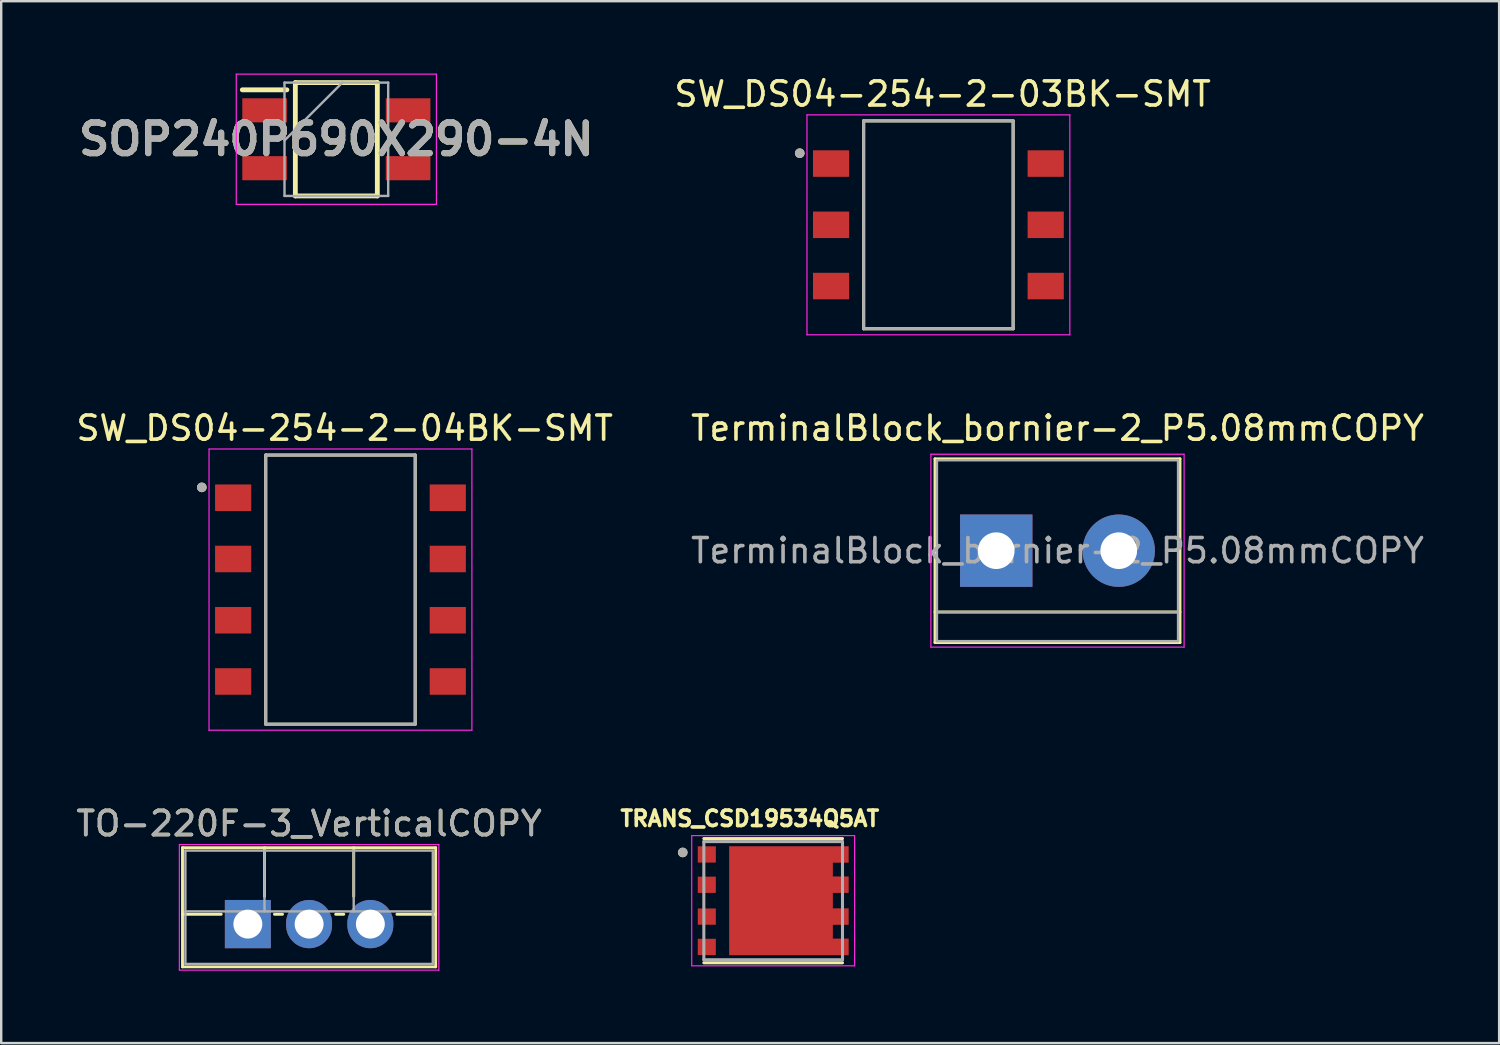
<source format=kicad_pcb>
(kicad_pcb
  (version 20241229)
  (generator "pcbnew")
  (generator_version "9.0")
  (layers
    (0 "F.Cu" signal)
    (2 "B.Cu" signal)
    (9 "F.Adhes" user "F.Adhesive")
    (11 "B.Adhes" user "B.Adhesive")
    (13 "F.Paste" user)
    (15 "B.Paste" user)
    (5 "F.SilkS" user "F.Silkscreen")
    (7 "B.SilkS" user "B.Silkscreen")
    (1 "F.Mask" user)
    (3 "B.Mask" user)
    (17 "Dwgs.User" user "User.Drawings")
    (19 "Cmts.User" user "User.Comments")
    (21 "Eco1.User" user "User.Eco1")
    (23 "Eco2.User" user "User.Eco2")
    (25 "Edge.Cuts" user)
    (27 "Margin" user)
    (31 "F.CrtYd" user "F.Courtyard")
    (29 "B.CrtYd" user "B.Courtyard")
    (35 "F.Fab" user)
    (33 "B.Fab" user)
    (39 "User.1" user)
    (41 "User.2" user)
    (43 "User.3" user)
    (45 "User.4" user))
  (footprint "SW_DS04-254-2-04BK-SMT"
    (layer "F.Cu")
    (at 11.069 21.401)
    (property "Reference" "SW_DS04-254-2-04BK-SMT" (at 0.175 -6.695 0) (layer "F.SilkS") (effects (font (size 1 1) (thickness 0.15))))
    (attr through_hole)
    (fp_line (start -3.1 -5.58) (end 3.1 -5.58) (stroke (width 0.127) (type solid)) (layer "F.SilkS"))
    (fp_line (start -3.1 5.58) (end -3.1 -5.58) (stroke (width 0.127) (type solid)) (layer "F.SilkS"))
    (fp_line (start 3.1 -5.58) (end 3.1 5.58) (stroke (width 0.127) (type solid)) (layer "F.SilkS"))
    (fp_line (start 3.1 5.58) (end -3.1 5.58) (stroke (width 0.127) (type solid)) (layer "F.SilkS"))
    (fp_circle (center -5.75 -4.24) (end -5.65 -4.24) (stroke (width 0.2) (type solid)) (fill no) (layer "F.SilkS"))
    (fp_line (start -5.45 -5.83) (end -5.45 5.83) (stroke (width 0.05) (type solid)) (layer "F.CrtYd"))
    (fp_line (start -5.45 5.83) (end 5.45 5.83) (stroke (width 0.05) (type solid)) (layer "F.CrtYd"))
    (fp_line (start 5.45 -5.83) (end -5.45 -5.83) (stroke (width 0.05) (type solid)) (layer "F.CrtYd"))
    (fp_line (start 5.45 5.83) (end 5.45 -5.83) (stroke (width 0.05) (type solid)) (layer "F.CrtYd"))
    (fp_line (start -3.1 -5.58) (end 3.1 -5.58) (stroke (width 0.127) (type solid)) (layer "F.Fab"))
    (fp_line (start -3.1 5.58) (end -3.1 -5.58) (stroke (width 0.127) (type solid)) (layer "F.Fab"))
    (fp_line (start 3.1 -5.58) (end 3.1 5.58) (stroke (width 0.127) (type solid)) (layer "F.Fab"))
    (fp_line (start 3.1 5.58) (end -3.1 5.58) (stroke (width 0.127) (type solid)) (layer "F.Fab"))
    (fp_circle (center -5.75 -4.24) (end -5.65 -4.24) (stroke (width 0.2) (type solid)) (fill no) (layer "F.Fab"))
    (pad "1A" smd rect (at -4.45 -3.81) (size 1.5 1.1) (layers "F.Cu" "F.Mask" "F.Paste"))
    (pad "1B" smd rect (at 4.45 -3.81) (size 1.5 1.1) (layers "F.Cu" "F.Mask" "F.Paste"))
    (pad "2A" smd rect (at -4.45 -1.27) (size 1.5 1.1) (layers "F.Cu" "F.Mask" "F.Paste"))
    (pad "2B" smd rect (at 4.45 -1.27) (size 1.5 1.1) (layers "F.Cu" "F.Mask" "F.Paste"))
    (pad "3A" smd rect (at -4.45 1.27) (size 1.5 1.1) (layers "F.Cu" "F.Mask" "F.Paste"))
    (pad "3B" smd rect (at 4.45 1.27) (size 1.5 1.1) (layers "F.Cu" "F.Mask" "F.Paste"))
    (pad "4A" smd rect (at -4.45 3.81) (size 1.5 1.1) (layers "F.Cu" "F.Mask" "F.Paste"))
    (pad "4B" smd rect (at 4.45 3.81) (size 1.5 1.1) (layers "F.Cu" "F.Mask" "F.Paste")))
  (footprint "SW_DS04-254-2-03BK-SMT"
    (layer "F.Cu")
    (at 35.865 6.273)
    (property "Reference" "SW_DS04-254-2-03BK-SMT" (at 0.175 -5.425 0) (layer "F.SilkS") (effects (font (size 1 1) (thickness 0.15))))
    (attr through_hole)
    (fp_line (start -3.1 -4.31) (end 3.1 -4.31) (stroke (width 0.127) (type solid)) (layer "F.SilkS"))
    (fp_line (start -3.1 4.31) (end -3.1 -4.31) (stroke (width 0.127) (type solid)) (layer "F.SilkS"))
    (fp_line (start 3.1 -4.31) (end 3.1 4.31) (stroke (width 0.127) (type solid)) (layer "F.SilkS"))
    (fp_line (start 3.1 4.31) (end -3.1 4.31) (stroke (width 0.127) (type solid)) (layer "F.SilkS"))
    (fp_circle (center -5.75 -2.97) (end -5.65 -2.97) (stroke (width 0.2) (type solid)) (fill no) (layer "F.SilkS"))
    (fp_line (start -5.45 -4.56) (end -5.45 4.56) (stroke (width 0.05) (type solid)) (layer "F.CrtYd"))
    (fp_line (start -5.45 4.56) (end 5.45 4.56) (stroke (width 0.05) (type solid)) (layer "F.CrtYd"))
    (fp_line (start 5.45 -4.56) (end -5.45 -4.56) (stroke (width 0.05) (type solid)) (layer "F.CrtYd"))
    (fp_line (start 5.45 4.56) (end 5.45 -4.56) (stroke (width 0.05) (type solid)) (layer "F.CrtYd"))
    (fp_line (start -3.1 -4.31) (end 3.1 -4.31) (stroke (width 0.127) (type solid)) (layer "F.Fab"))
    (fp_line (start -3.1 4.31) (end -3.1 -4.31) (stroke (width 0.127) (type solid)) (layer "F.Fab"))
    (fp_line (start 3.1 -4.31) (end 3.1 4.31) (stroke (width 0.127) (type solid)) (layer "F.Fab"))
    (fp_line (start 3.1 4.31) (end -3.1 4.31) (stroke (width 0.127) (type solid)) (layer "F.Fab"))
    (fp_circle (center -5.75 -2.97) (end -5.65 -2.97) (stroke (width 0.2) (type solid)) (fill no) (layer "F.Fab"))
    (pad "1A" smd rect (at -4.45 -2.54) (size 1.5 1.1) (layers "F.Cu" "F.Mask" "F.Paste"))
    (pad "1B" smd rect (at 4.45 -2.54) (size 1.5 1.1) (layers "F.Cu" "F.Mask" "F.Paste"))
    (pad "2A" smd rect (at -4.45 0) (size 1.5 1.1) (layers "F.Cu" "F.Mask" "F.Paste"))
    (pad "2B" smd rect (at 4.45 0) (size 1.5 1.1) (layers "F.Cu" "F.Mask" "F.Paste"))
    (pad "3A" smd rect (at -4.45 2.54) (size 1.5 1.1) (layers "F.Cu" "F.Mask" "F.Paste"))
    (pad "3B" smd rect (at 4.45 2.54) (size 1.5 1.1) (layers "F.Cu" "F.Mask" "F.Paste")))
  (footprint "SOP240P690X290-4N"
    (layer "F.Cu")
    (at 10.898 2.725)
    (property "Reference" "SOP240P690X290-4N" (at 0 0 0) (layer "F.SilkS") (effects (font (size 1.27 1.27) (thickness 0.254))))
    (attr smd)
    (fp_line (start -3.9 -2.05) (end -2.05 -2.05) (stroke (width 0.2) (type solid)) (layer "F.SilkS"))
    (fp_line (start -1.7 -2.35) (end 1.7 -2.35) (stroke (width 0.2) (type solid)) (layer "F.SilkS"))
    (fp_line (start -1.7 2.35) (end -1.7 -2.35) (stroke (width 0.2) (type solid)) (layer "F.SilkS"))
    (fp_line (start 1.7 -2.35) (end 1.7 2.35) (stroke (width 0.2) (type solid)) (layer "F.SilkS"))
    (fp_line (start 1.7 2.35) (end -1.7 2.35) (stroke (width 0.2) (type solid)) (layer "F.SilkS"))
    (fp_line (start -4.15 -2.7) (end 4.15 -2.7) (stroke (width 0.05) (type solid)) (layer "F.CrtYd"))
    (fp_line (start -4.15 2.7) (end -4.15 -2.7) (stroke (width 0.05) (type solid)) (layer "F.CrtYd"))
    (fp_line (start 4.15 -2.7) (end 4.15 2.7) (stroke (width 0.05) (type solid)) (layer "F.CrtYd"))
    (fp_line (start 4.15 2.7) (end -4.15 2.7) (stroke (width 0.05) (type solid)) (layer "F.CrtYd"))
    (fp_line (start -2.15 -2.35) (end 2.15 -2.35) (stroke (width 0.1) (type solid)) (layer "F.Fab"))
    (fp_line (start -2.15 0.05) (end 0.25 -2.35) (stroke (width 0.1) (type solid)) (layer "F.Fab"))
    (fp_line (start -2.15 2.35) (end -2.15 -2.35) (stroke (width 0.1) (type solid)) (layer "F.Fab"))
    (fp_line (start 2.15 -2.35) (end 2.15 2.35) (stroke (width 0.1) (type solid)) (layer "F.Fab"))
    (fp_line (start 2.15 2.35) (end -2.15 2.35) (stroke (width 0.1) (type solid)) (layer "F.Fab"))
    (fp_text user "${REFERENCE}" (at 0 0 0) (layer "F.Fab") (effects (font (size 1.27 1.27) (thickness 0.254))))
    (pad "1" smd rect (at -2.975 -1.2 90) (size 1 1.85) (layers "F.Cu" "F.Mask" "F.Paste"))
    (pad "2" smd rect (at -2.975 1.2 90) (size 1 1.85) (layers "F.Cu" "F.Mask" "F.Paste"))
    (pad "3" smd rect (at 2.975 1.2 90) (size 1 1.85) (layers "F.Cu" "F.Mask" "F.Paste"))
    (pad "4" smd rect (at 2.975 -1.2 90) (size 1 1.85) (layers "F.Cu" "F.Mask" "F.Paste")))
  (footprint "TRANS_CSD19534Q5AT"
    (layer "F.Cu")
    (at 29.013 34.301)
    (property "Reference" "TRANS_CSD19534Q5AT" (at -0.968 -3.406 0) (layer "F.SilkS") (effects (font (size 0.64 0.64) (thickness 0.15))))
    (attr through_hole)
    (fp_poly (pts (xy -1.823 -2.255) (xy 3.127 -2.255) (xy 3.127 -1.58) (xy 2.473 -1.58) (xy 2.473 -0.998) (xy 3.127 -0.998) (xy 3.127 -0.323) (xy 2.473 -0.323) (xy 2.473 0.323) (xy 3.127 0.323) (xy 3.127 0.998) (xy 2.473 0.998) (xy 2.473 1.58) (xy 3.127 1.58) (xy 3.127 2.255) (xy -1.823 2.255)) (stroke (width 0.01) (type solid)) (fill yes) (layer "F.Cu"))
    (fp_poly (pts (xy -1.923 -2.355) (xy 3.228 -2.355) (xy 3.228 -1.48) (xy 2.572 -1.48) (xy 2.572 -1.097) (xy 3.228 -1.097) (xy 3.228 -0.223) (xy 2.572 -0.223) (xy 2.572 0.223) (xy 3.228 0.223) (xy 3.228 1.097) (xy 2.572 1.097) (xy 2.572 1.48) (xy 3.228 1.48) (xy 3.228 2.355) (xy -1.923 2.355)) (stroke (width 0.01) (type solid)) (fill yes) (layer "F.Mask"))
    (fp_line (start -2.875 2.575) (end 2.875 2.575) (stroke (width 0.127) (type solid)) (layer "F.SilkS"))
    (fp_line (start 2.875 -2.575) (end -2.875 -2.575) (stroke (width 0.127) (type solid)) (layer "F.SilkS"))
    (fp_circle (center -3.75 -2) (end -3.65 -2) (stroke (width 0.2) (type solid)) (fill no) (layer "F.SilkS"))
    (fp_poly (pts (xy -3.02 -2.155) (xy -2.52 -2.155) (xy -2.52 -1.655) (xy -3.02 -1.655)) (stroke (width 0.01) (type solid)) (fill yes) (layer "F.Paste"))
    (fp_poly (pts (xy -3.02 -0.885) (xy -2.52 -0.885) (xy -2.52 -0.385) (xy -3.02 -0.385)) (stroke (width 0.01) (type solid)) (fill yes) (layer "F.Paste"))
    (fp_poly (pts (xy -3.02 0.385) (xy -2.52 0.385) (xy -2.52 0.885) (xy -3.02 0.885)) (stroke (width 0.01) (type solid)) (fill yes) (layer "F.Paste"))
    (fp_poly (pts (xy -3.02 1.655) (xy -2.52 1.655) (xy -2.52 2.155) (xy -3.02 2.155)) (stroke (width 0.01) (type solid)) (fill yes) (layer "F.Paste"))
    (fp_poly (pts (xy -1.415 -1.88) (xy -0.18 -1.88) (xy -0.18 -0.31) (xy -1.415 -0.31)) (stroke (width 0.01) (type solid)) (fill yes) (layer "F.Paste"))
    (fp_poly (pts (xy -1.415 0.31) (xy -0.18 0.31) (xy -0.18 1.88) (xy -1.415 1.88)) (stroke (width 0.01) (type solid)) (fill yes) (layer "F.Paste"))
    (fp_poly (pts (xy 0.32 -1.88) (xy 1.905 -1.88) (xy 1.905 -0.31) (xy 0.32 -0.31)) (stroke (width 0.01) (type solid)) (fill yes) (layer "F.Paste"))
    (fp_poly (pts (xy 0.32 0.31) (xy 1.905 0.31) (xy 1.905 1.88) (xy 0.32 1.88)) (stroke (width 0.01) (type solid)) (fill yes) (layer "F.Paste"))
    (fp_poly (pts (xy 2.52 -2.155) (xy 3.02 -2.155) (xy 3.02 -1.655) (xy 2.52 -1.655)) (stroke (width 0.01) (type solid)) (fill yes) (layer "F.Paste"))
    (fp_poly (pts (xy 2.52 -0.885) (xy 3.02 -0.885) (xy 3.02 -0.385) (xy 2.52 -0.385)) (stroke (width 0.01) (type solid)) (fill yes) (layer "F.Paste"))
    (fp_poly (pts (xy 2.52 0.385) (xy 3.02 0.385) (xy 3.02 0.885) (xy 2.52 0.885)) (stroke (width 0.01) (type solid)) (fill yes) (layer "F.Paste"))
    (fp_poly (pts (xy 2.52 1.655) (xy 3.02 1.655) (xy 3.02 2.155) (xy 2.52 2.155)) (stroke (width 0.01) (type solid)) (fill yes) (layer "F.Paste"))
    (fp_line (start -3.377 -2.7) (end 3.377 -2.7) (stroke (width 0.05) (type solid)) (layer "F.CrtYd"))
    (fp_line (start -3.377 2.7) (end -3.377 -2.7) (stroke (width 0.05) (type solid)) (layer "F.CrtYd"))
    (fp_line (start 3.377 -2.7) (end 3.377 2.7) (stroke (width 0.05) (type solid)) (layer "F.CrtYd"))
    (fp_line (start 3.377 2.7) (end -3.377 2.7) (stroke (width 0.05) (type solid)) (layer "F.CrtYd"))
    (fp_line (start -2.875 -2.45) (end -2.875 2.45) (stroke (width 0.127) (type solid)) (layer "F.Fab"))
    (fp_line (start -2.875 2.45) (end 2.875 2.45) (stroke (width 0.127) (type solid)) (layer "F.Fab"))
    (fp_line (start 2.875 -2.45) (end -2.875 -2.45) (stroke (width 0.127) (type solid)) (layer "F.Fab"))
    (fp_line (start 2.875 2.45) (end 2.875 -2.45) (stroke (width 0.127) (type solid)) (layer "F.Fab"))
    (fp_circle (center -3.75 -2) (end -3.65 -2) (stroke (width 0.2) (type solid)) (fill no) (layer "F.Fab"))
    (pad "1" smd rect (at -2.752 -1.917) (size 0.75 0.675) (layers "F.Cu" "F.Mask"))
    (pad "2" smd rect (at -2.752 -0.66) (size 0.75 0.675) (layers "F.Cu" "F.Mask"))
    (pad "3" smd rect (at -2.752 0.66) (size 0.75 0.675) (layers "F.Cu" "F.Mask"))
    (pad "4" smd rect (at -2.752 1.917) (size 0.75 0.675) (layers "F.Cu" "F.Mask"))
    (pad "5_8" smd rect (at 0 0) (size 0.5 0.5) (layers "F.Cu")))
  (footprint "TerminalBlock_bornier-2_P5.08mmCOPY"
    (layer "F.Cu")
    (at 38.264 19.787)
    (property "Reference" "TerminalBlock_bornier-2_P5.08mmCOPY" (at 2.54 -5.08 0) (layer "F.SilkS") (effects (font (size 1 1) (thickness 0.15))))
    (attr through_hole)
    (fp_line (start -2.54 -3.81) (end -2.54 3.81) (stroke (width 0.12) (type solid)) (layer "F.SilkS"))
    (fp_line (start -2.54 3.81) (end 7.62 3.81) (stroke (width 0.12) (type solid)) (layer "F.SilkS"))
    (fp_line (start 7.62 -3.81) (end -2.54 -3.81) (stroke (width 0.12) (type solid)) (layer "F.SilkS"))
    (fp_line (start 7.62 2.54) (end -2.54 2.54) (stroke (width 0.12) (type solid)) (layer "F.SilkS"))
    (fp_line (start 7.62 3.81) (end 7.62 -3.81) (stroke (width 0.12) (type solid)) (layer "F.SilkS"))
    (fp_line (start -2.71 -4) (end -2.71 4) (stroke (width 0.05) (type solid)) (layer "F.CrtYd"))
    (fp_line (start -2.71 -4) (end 7.79 -4) (stroke (width 0.05) (type solid)) (layer "F.CrtYd"))
    (fp_line (start 7.79 4) (end -2.71 4) (stroke (width 0.05) (type solid)) (layer "F.CrtYd"))
    (fp_line (start 7.79 4) (end 7.79 -4) (stroke (width 0.05) (type solid)) (layer "F.CrtYd"))
    (fp_line (start -2.46 -3.75) (end -2.46 3.75) (stroke (width 0.1) (type solid)) (layer "F.Fab"))
    (fp_line (start -2.46 3.75) (end 7.54 3.75) (stroke (width 0.1) (type solid)) (layer "F.Fab"))
    (fp_line (start -2.41 2.55) (end 7.49 2.55) (stroke (width 0.1) (type solid)) (layer "F.Fab"))
    (fp_line (start 7.54 -3.75) (end -2.46 -3.75) (stroke (width 0.1) (type solid)) (layer "F.Fab"))
    (fp_line (start 7.54 3.75) (end 7.54 -3.75) (stroke (width 0.1) (type solid)) (layer "F.Fab"))
    (fp_text user "${REFERENCE}" (at 2.54 0 0) (layer "F.Fab") (effects (font (size 1 1) (thickness 0.15))))
    (pad "1" thru_hole rect (at 0 0) (size 3 3) (drill 1.52) (layers "*.Cu" "*.Mask"))
    (pad "2" thru_hole circle (at 5.08 0) (size 3 3) (drill 1.52) (layers "*.Cu" "*.Mask")))
  (footprint "TO-220F-3_VerticalCOPY"
    (layer "F.Cu")
    (at 7.228 35.272)
    (property "Reference" "TO-220F-3_VerticalCOPY" (at 2.54 -4.168 0) (layer "F.SilkS") (effects (font (size 1 1) (thickness 0.15))))
    (attr through_hole)
    (fp_line (start -2.71 -3.168) (end -2.71 1.773) (stroke (width 0.12) (type solid)) (layer "F.SilkS"))
    (fp_line (start -2.71 -3.168) (end 7.79 -3.168) (stroke (width 0.12) (type solid)) (layer "F.SilkS"))
    (fp_line (start -2.71 -0.408) (end -1.103 -0.408) (stroke (width 0.12) (type solid)) (layer "F.SilkS"))
    (fp_line (start -2.71 1.773) (end 7.79 1.773) (stroke (width 0.12) (type solid)) (layer "F.SilkS"))
    (fp_line (start 0.69 -3.168) (end 0.69 -1.15) (stroke (width 0.12) (type solid)) (layer "F.SilkS"))
    (fp_line (start 1.103 -0.408) (end 1.438 -0.408) (stroke (width 0.12) (type solid)) (layer "F.SilkS"))
    (fp_line (start 3.643 -0.408) (end 3.978 -0.408) (stroke (width 0.12) (type solid)) (layer "F.SilkS"))
    (fp_line (start 4.391 -3.168) (end 4.391 -1.15) (stroke (width 0.12) (type solid)) (layer "F.SilkS"))
    (fp_line (start 6.183 -0.408) (end 7.79 -0.408) (stroke (width 0.12) (type solid)) (layer "F.SilkS"))
    (fp_line (start 7.79 -3.168) (end 7.79 1.773) (stroke (width 0.12) (type solid)) (layer "F.SilkS"))
    (fp_line (start -2.84 -3.3) (end -2.84 1.91) (stroke (width 0.05) (type solid)) (layer "F.CrtYd"))
    (fp_line (start -2.84 1.91) (end 7.92 1.91) (stroke (width 0.05) (type solid)) (layer "F.CrtYd"))
    (fp_line (start 7.92 -3.3) (end -2.84 -3.3) (stroke (width 0.05) (type solid)) (layer "F.CrtYd"))
    (fp_line (start 7.92 1.91) (end 7.92 -3.3) (stroke (width 0.05) (type solid)) (layer "F.CrtYd"))
    (fp_line (start -2.59 -3.047) (end -2.59 1.653) (stroke (width 0.1) (type solid)) (layer "F.Fab"))
    (fp_line (start -2.59 -0.527) (end 7.67 -0.527) (stroke (width 0.1) (type solid)) (layer "F.Fab"))
    (fp_line (start -2.59 1.653) (end 7.67 1.653) (stroke (width 0.1) (type solid)) (layer "F.Fab"))
    (fp_line (start 0.69 -3.047) (end 0.69 -0.527) (stroke (width 0.1) (type solid)) (layer "F.Fab"))
    (fp_line (start 4.39 -3.047) (end 4.39 -0.527) (stroke (width 0.1) (type solid)) (layer "F.Fab"))
    (fp_line (start 7.67 -3.047) (end -2.59 -3.047) (stroke (width 0.1) (type solid)) (layer "F.Fab"))
    (fp_line (start 7.67 1.653) (end 7.67 -3.047) (stroke (width 0.1) (type solid)) (layer "F.Fab"))
    (fp_text user "${REFERENCE}" (at 2.54 -4.168 0) (layer "F.Fab") (effects (font (size 1 1) (thickness 0.15))))
    (pad "1" thru_hole rect (at 0 0) (size 1.905 2) (drill 1.2) (layers "*.Cu" "*.Mask"))
    (pad "2" thru_hole oval (at 2.54 0) (size 1.905 2) (drill 1.2) (layers "*.Cu" "*.Mask"))
    (pad "3" thru_hole oval (at 5.08 0) (size 1.905 2) (drill 1.2) (layers "*.Cu" "*.Mask")))
  (gr_rect
    (start -3 -3)
    (end 59.119 40.207)
    (stroke (width 0.1) (type default))
    (fill no)
    (layer "Edge.Cuts")))
</source>
